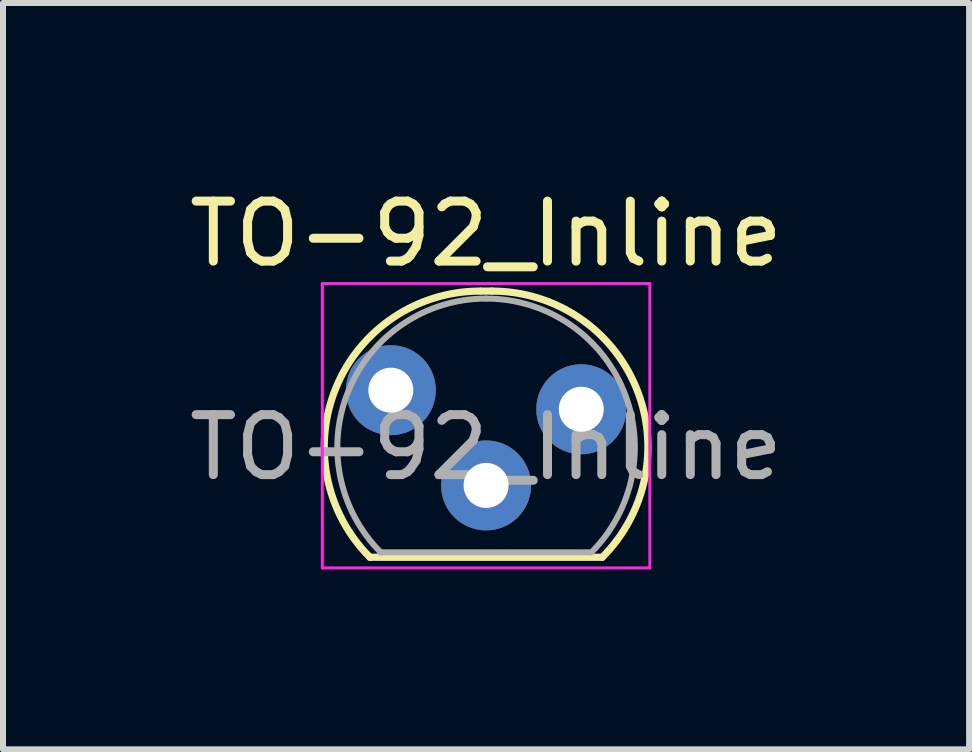
<source format=kicad_pcb>
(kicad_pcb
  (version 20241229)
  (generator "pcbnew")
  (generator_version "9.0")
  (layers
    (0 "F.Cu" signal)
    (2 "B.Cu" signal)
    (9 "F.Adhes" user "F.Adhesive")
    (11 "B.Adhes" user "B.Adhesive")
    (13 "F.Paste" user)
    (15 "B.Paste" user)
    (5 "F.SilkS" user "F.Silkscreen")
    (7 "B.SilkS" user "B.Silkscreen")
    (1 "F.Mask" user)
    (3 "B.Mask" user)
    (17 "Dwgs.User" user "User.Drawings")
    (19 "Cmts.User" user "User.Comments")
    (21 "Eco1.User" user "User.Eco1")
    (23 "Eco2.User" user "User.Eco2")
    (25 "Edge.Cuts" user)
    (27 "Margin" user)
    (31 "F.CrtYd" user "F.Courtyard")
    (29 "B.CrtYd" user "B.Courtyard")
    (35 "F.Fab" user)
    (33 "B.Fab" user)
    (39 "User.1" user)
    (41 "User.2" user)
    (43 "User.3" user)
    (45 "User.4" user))
  (footprint "TO-92_Inline"
    (layer "F.Cu")
    (at 3.784 4.408)
    (property "Reference" "TO-92_Inline" (at 1.27 -3.56 0) (layer "F.SilkS") (effects (font (size 1 1) (thickness 0.15))))
    (attr through_hole)
    (fp_line (start -0.666 1.833) (end 3.206 1.833) (stroke (width 0.12) (type solid)) (layer "F.SilkS"))
    (fp_line (start 1.19 -2.605) (end 1.368 -2.605) (stroke (width 0.12) (type solid)) (layer "F.SilkS"))
    (fp_arc (start -0.666391 1.833455) (mid -1.23 -1) (end 1.172087 -2.605023) (stroke (width 0.12) (type solid)) (layer "F.SilkS"))
    (fp_arc (start 1.367913 -2.605023) (mid 3.77 -1) (end 3.206391 1.833455) (stroke (width 0.12) (type solid)) (layer "F.SilkS"))
    (fp_line (start -1.46 -2.73) (end -1.46 2.01) (stroke (width 0.05) (type solid)) (layer "F.CrtYd"))
    (fp_line (start -1.46 -2.73) (end 4 -2.73) (stroke (width 0.05) (type solid)) (layer "F.CrtYd"))
    (fp_line (start 4 2.01) (end -1.46 2.01) (stroke (width 0.05) (type solid)) (layer "F.CrtYd"))
    (fp_line (start 4 2.01) (end 4 -2.73) (stroke (width 0.05) (type solid)) (layer "F.CrtYd"))
    (fp_line (start -0.5 1.75) (end 3 1.75) (stroke (width 0.1) (type solid)) (layer "F.Fab"))
    (fp_arc (start -0.483625 1.753625) (mid -1.021221 -0.949055) (end 1.27 -2.48) (stroke (width 0.1) (type solid)) (layer "F.Fab"))
    (fp_arc (start 1.27 -2.48) (mid 3.561221 -0.949055) (end 3.023625 1.753625) (stroke (width 0.1) (type solid)) (layer "F.Fab"))
    (fp_text user "${REFERENCE}" (at 1.27 0 0) (layer "F.Fab") (effects (font (size 1 1) (thickness 0.15))))
    (pad "1" thru_hole circle (at -0.318 -0.953) (size 1.5 1.5) (drill 0.75) (layers "*.Cu" "*.Mask"))
    (pad "2" thru_hole circle (at 1.27 0.635) (size 1.5 1.5) (drill 0.75) (layers "*.Cu" "*.Mask"))
    (pad "3" thru_hole circle (at 2.857 -0.635) (size 1.5 1.5) (drill 0.75) (layers "*.Cu" "*.Mask")))
  (gr_rect
    (start -3 -3)
    (end 13.107 9.443)
    (stroke (width 0.1) (type default))
    (fill no)
    (layer "Edge.Cuts")))
</source>
